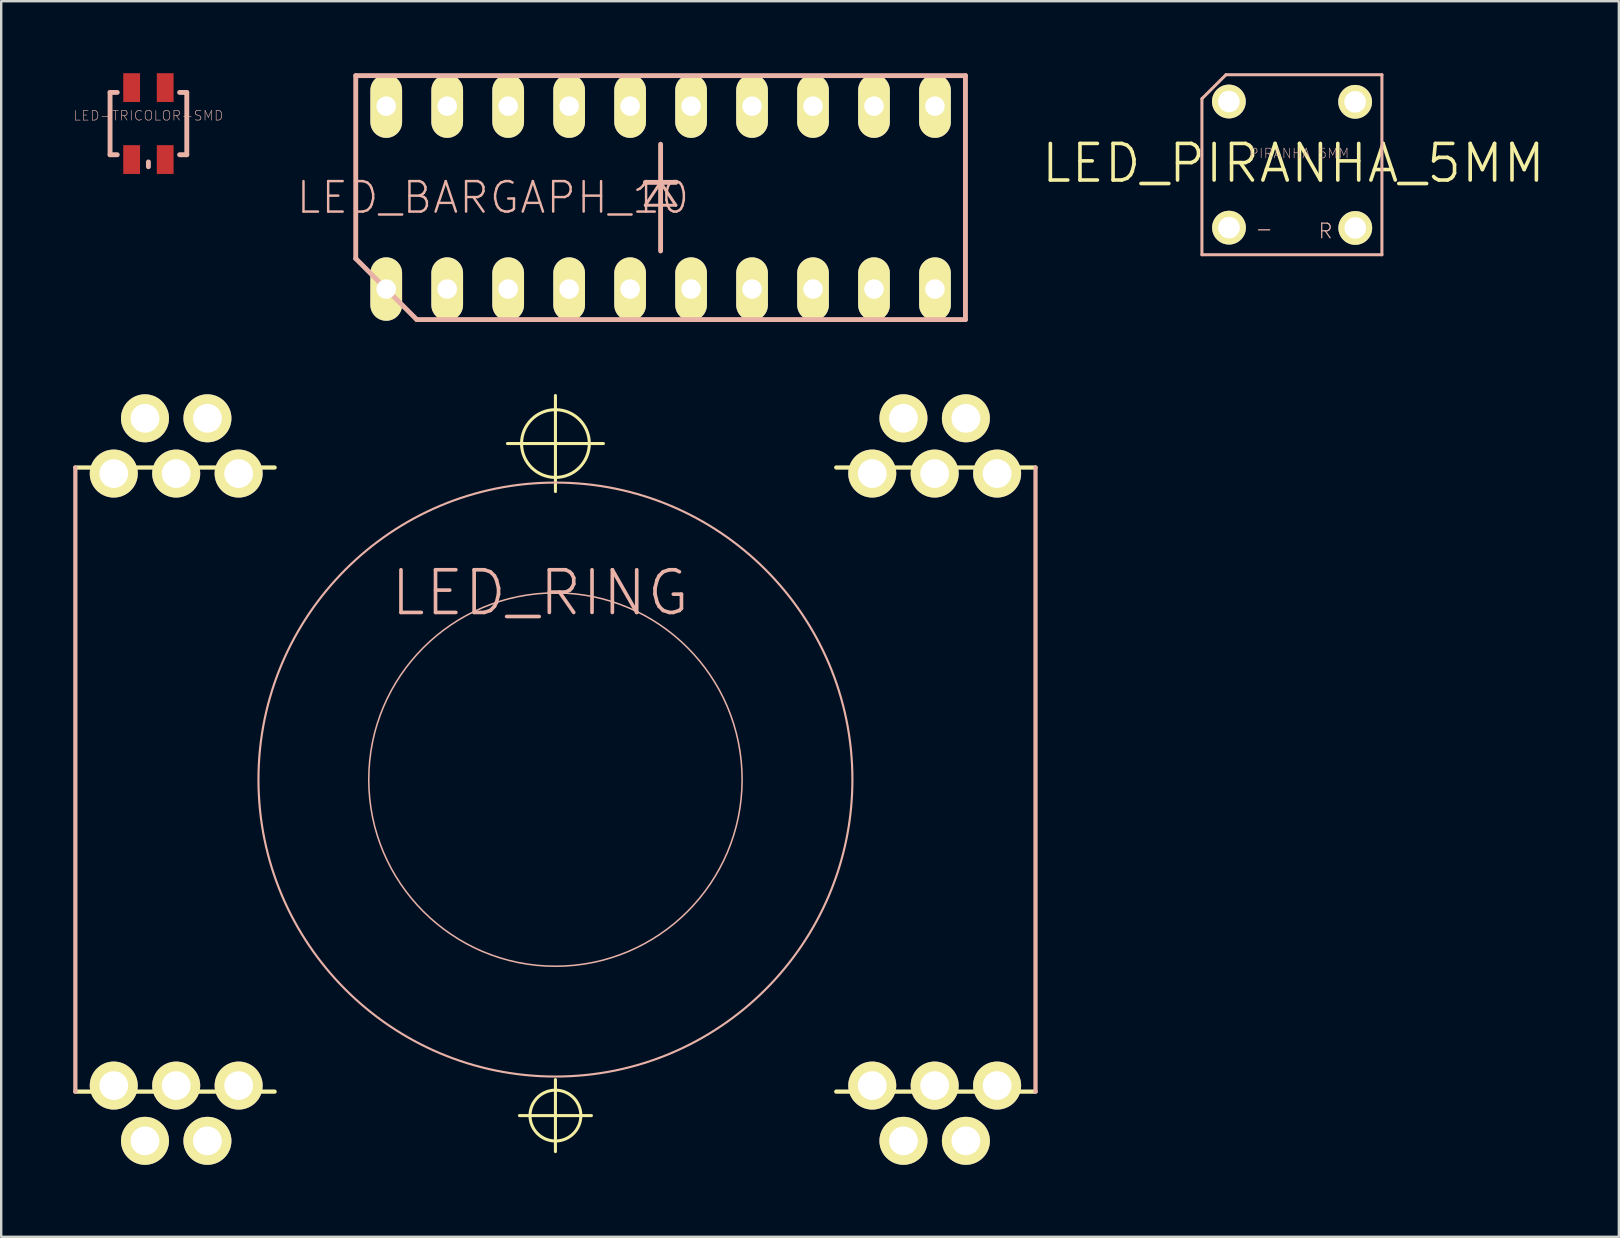
<source format=kicad_pcb>
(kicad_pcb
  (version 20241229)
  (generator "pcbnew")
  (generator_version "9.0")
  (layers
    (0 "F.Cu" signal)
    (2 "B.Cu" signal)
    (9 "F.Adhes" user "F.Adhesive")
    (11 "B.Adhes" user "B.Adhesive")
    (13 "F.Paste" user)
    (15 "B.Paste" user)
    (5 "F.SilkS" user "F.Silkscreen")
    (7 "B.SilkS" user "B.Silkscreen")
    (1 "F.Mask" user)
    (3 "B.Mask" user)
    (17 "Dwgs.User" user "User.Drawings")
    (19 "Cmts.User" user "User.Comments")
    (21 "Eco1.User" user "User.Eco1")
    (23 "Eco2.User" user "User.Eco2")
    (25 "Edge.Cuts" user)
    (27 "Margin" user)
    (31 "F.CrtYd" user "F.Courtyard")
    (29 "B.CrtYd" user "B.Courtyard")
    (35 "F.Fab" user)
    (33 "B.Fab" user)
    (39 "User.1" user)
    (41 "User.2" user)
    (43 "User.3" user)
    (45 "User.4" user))
  (footprint "LED-TRICOLOR-SMD"
    (layer "F.Cu")
    (at 3.133 2.098)
    (property "Reference" "LED-TRICOLOR-SMD" (at 0 -0.33 0) (layer "B.SilkS") (effects (font (size 0.406 0.406) (thickness 0.025))))
    (attr smd)
    (fp_line (start -1.598 -1.298) (end -1.598 1.298) (stroke (width 0.203) (type solid)) (layer "B.SilkS"))
    (fp_line (start -1.598 1.298) (end -1.298 1.298) (stroke (width 0.203) (type solid)) (layer "B.SilkS"))
    (fp_line (start -1.298 -1.298) (end -1.598 -1.298) (stroke (width 0.203) (type solid)) (layer "B.SilkS"))
    (fp_line (start 0 1.598) (end 0 1.798) (stroke (width 0.203) (type solid)) (layer "B.SilkS"))
    (fp_line (start 1.298 -1.298) (end 1.598 -1.298) (stroke (width 0.203) (type solid)) (layer "B.SilkS"))
    (fp_line (start 1.598 -1.298) (end 1.598 1.298) (stroke (width 0.203) (type solid)) (layer "B.SilkS"))
    (fp_line (start 1.598 1.298) (end 1.298 1.298) (stroke (width 0.203) (type solid)) (layer "B.SilkS"))
    (pad "A" smd rect (at 0.699 1.499) (size 0.699 1.199) (layers "F.Cu" "F.Mask" "F.Paste"))
    (pad "B" smd rect (at 0.699 -1.499) (size 0.699 1.199) (layers "F.Cu" "F.Mask" "F.Paste"))
    (pad "G" smd rect (at -0.699 -1.499) (size 0.699 1.199) (layers "F.Cu" "F.Mask" "F.Paste"))
    (pad "R" smd rect (at -0.699 1.499) (size 0.699 1.199) (layers "F.Cu" "F.Mask" "F.Paste")))
  (footprint "LED_BARGAPH_10"
    (layer "F.Cu")
    (at 24.47 5.182)
    (property "Reference" "LED_BARGAPH_10" (at -6.985 0 0) (layer "B.SilkS") (effects (font (size 1.27 1.27) (thickness 0.102))))
    (attr exclude_from_pos_files exclude_from_bom)
    (fp_line (start -12.7 2.54) (end -12.7 -5.08) (stroke (width 0.203) (type solid)) (layer "B.SilkS"))
    (fp_line (start -10.16 5.08) (end -12.7 2.54) (stroke (width 0.203) (type solid)) (layer "B.SilkS"))
    (fp_line (start -10.16 5.08) (end 12.7 5.08) (stroke (width 0.203) (type solid)) (layer "B.SilkS"))
    (fp_line (start -0.635 -0.635) (end 0.635 -0.635) (stroke (width 0.203) (type solid)) (layer "B.SilkS"))
    (fp_line (start -0.635 0.318) (end 0.635 0.318) (stroke (width 0.127) (type solid)) (layer "B.SilkS"))
    (fp_line (start 0 -0.635) (end -0.635 0.318) (stroke (width 0.127) (type solid)) (layer "B.SilkS"))
    (fp_line (start 0 2.223) (end 0 -2.223) (stroke (width 0.203) (type solid)) (layer "B.SilkS"))
    (fp_line (start 0.635 0.318) (end 0 -0.635) (stroke (width 0.127) (type solid)) (layer "B.SilkS"))
    (fp_line (start 12.7 -5.08) (end -12.7 -5.08) (stroke (width 0.203) (type solid)) (layer "B.SilkS"))
    (fp_line (start 12.7 -5.08) (end 12.7 5.08) (stroke (width 0.203) (type solid)) (layer "B.SilkS"))
    (pad "1" thru_hole oval (at -11.43 3.81 180) (size 1.321 2.642) (drill 0.813) (layers "*.Cu" "F.Mask" "F.SilkS" "F.Paste"))
    (pad "2" thru_hole oval (at -8.89 3.81 180) (size 1.321 2.642) (drill 0.813) (layers "*.Cu" "F.Mask" "F.SilkS" "F.Paste"))
    (pad "3" thru_hole oval (at -6.35 3.81 180) (size 1.321 2.642) (drill 0.813) (layers "*.Cu" "F.Mask" "F.SilkS" "F.Paste"))
    (pad "4" thru_hole oval (at -3.81 3.81 180) (size 1.321 2.642) (drill 0.813) (layers "*.Cu" "F.Mask" "F.SilkS" "F.Paste"))
    (pad "5" thru_hole oval (at -1.27 3.81 180) (size 1.321 2.642) (drill 0.813) (layers "*.Cu" "F.Mask" "F.SilkS" "F.Paste"))
    (pad "6" thru_hole oval (at 1.27 3.81 180) (size 1.321 2.642) (drill 0.813) (layers "*.Cu" "F.Mask" "F.SilkS" "F.Paste"))
    (pad "7" thru_hole oval (at 3.81 3.81 180) (size 1.321 2.642) (drill 0.813) (layers "*.Cu" "F.Mask" "F.SilkS" "F.Paste"))
    (pad "8" thru_hole oval (at 6.35 3.81 180) (size 1.321 2.642) (drill 0.813) (layers "*.Cu" "F.Mask" "F.SilkS" "F.Paste"))
    (pad "9" thru_hole oval (at 8.89 3.81 180) (size 1.321 2.642) (drill 0.813) (layers "*.Cu" "F.Mask" "F.SilkS" "F.Paste"))
    (pad "10" thru_hole oval (at 11.43 3.81 180) (size 1.321 2.642) (drill 0.813) (layers "*.Cu" "F.Mask" "F.SilkS" "F.Paste"))
    (pad "11" thru_hole oval (at 11.43 -3.81 180) (size 1.321 2.642) (drill 0.813) (layers "*.Cu" "F.Mask" "F.SilkS" "F.Paste"))
    (pad "12" thru_hole oval (at 8.89 -3.81 180) (size 1.321 2.642) (drill 0.813) (layers "*.Cu" "F.Mask" "F.SilkS" "F.Paste"))
    (pad "13" thru_hole oval (at 6.35 -3.81 180) (size 1.321 2.642) (drill 0.813) (layers "*.Cu" "F.Mask" "F.SilkS" "F.Paste"))
    (pad "14" thru_hole oval (at 3.81 -3.81 180) (size 1.321 2.642) (drill 0.813) (layers "*.Cu" "F.Mask" "F.SilkS" "F.Paste"))
    (pad "15" thru_hole oval (at 1.27 -3.81 180) (size 1.321 2.642) (drill 0.813) (layers "*.Cu" "F.Mask" "F.SilkS" "F.Paste"))
    (pad "16" thru_hole oval (at -1.27 -3.81 180) (size 1.321 2.642) (drill 0.813) (layers "*.Cu" "F.Mask" "F.SilkS" "F.Paste"))
    (pad "17" thru_hole oval (at -3.81 -3.81 180) (size 1.321 2.642) (drill 0.813) (layers "*.Cu" "F.Mask" "F.SilkS" "F.Paste"))
    (pad "18" thru_hole oval (at -6.35 -3.81 180) (size 1.321 2.642) (drill 0.813) (layers "*.Cu" "F.Mask" "F.SilkS" "F.Paste"))
    (pad "19" thru_hole oval (at -8.89 -3.81 180) (size 1.321 2.642) (drill 0.813) (layers "*.Cu" "F.Mask" "F.SilkS" "F.Paste"))
    (pad "20" thru_hole oval (at -11.43 -3.81 180) (size 1.321 2.642) (drill 0.813) (layers "*.Cu" "F.Mask" "F.SilkS" "F.Paste")))
  (footprint "LED_RING"
    (layer "F.Cu")
    (at 20.089 29.426)
    (property "Reference" "LED_RING" (at -0.635 -7.777 0) (layer "B.SilkS") (effects (font (size 1.778 1.778) (thickness 0.152))))
    (attr exclude_from_pos_files exclude_from_bom)
    (fp_line (start -20 -13) (end -11.699 -13) (stroke (width 0.178) (type solid)) (layer "F.SilkS"))
    (fp_line (start -20 13) (end -11.699 13) (stroke (width 0.178) (type solid)) (layer "F.SilkS"))
    (fp_line (start -1.999 -13.998) (end 1.999 -13.998) (stroke (width 0.127) (type solid)) (layer "F.SilkS"))
    (fp_line (start -1.499 13.998) (end 1.499 13.998) (stroke (width 0.127) (type solid)) (layer "F.SilkS"))
    (fp_line (start 0 -11.999) (end 0 -15.999) (stroke (width 0.127) (type solid)) (layer "F.SilkS"))
    (fp_line (start 0 15.499) (end 0 12.499) (stroke (width 0.127) (type solid)) (layer "F.SilkS"))
    (fp_line (start 20 -13) (end 11.699 -13) (stroke (width 0.178) (type solid)) (layer "F.SilkS"))
    (fp_line (start 20 13) (end 11.699 13) (stroke (width 0.178) (type solid)) (layer "F.SilkS"))
    (fp_circle (center 0 -13.998) (end -0.998 -14.996) (stroke (width 0.127) (type solid)) (fill no) (layer "F.SilkS"))
    (fp_circle (center 0 13.998) (end -0.749 14.747) (stroke (width 0.127) (type solid)) (fill no) (layer "F.SilkS"))
    (fp_line (start -20 13) (end -20 -13) (stroke (width 0.178) (type solid)) (layer "B.SilkS"))
    (fp_line (start 20 13) (end 20 -13) (stroke (width 0.178) (type solid)) (layer "B.SilkS"))
    (fp_circle (center 0 0) (end -8.748 8.748) (stroke (width 0.089) (type solid)) (fill no) (layer "B.SilkS"))
    (fp_circle (center 0 0) (end -5.499 5.499) (stroke (width 0.064) (type solid)) (fill no) (layer "B.SilkS"))
    (pad "1" thru_hole circle (at 13.198 -12.748) (size 1.999 1.999) (drill 1.199) (layers "*.Cu" "F.Mask" "F.SilkS" "F.Paste"))
    (pad "2" thru_hole circle (at 14.498 -15.05) (size 1.999 1.999) (drill 1.199) (layers "*.Cu" "F.Mask" "F.SilkS" "F.Paste"))
    (pad "3" thru_hole circle (at 15.799 -12.748) (size 1.999 1.999) (drill 1.199) (layers "*.Cu" "F.Mask" "F.SilkS" "F.Paste"))
    (pad "4" thru_hole circle (at 17.099 -15.05) (size 1.999 1.999) (drill 1.199) (layers "*.Cu" "F.Mask" "F.SilkS" "F.Paste"))
    (pad "5" thru_hole circle (at 17.099 15.05) (size 1.999 1.999) (drill 1.199) (layers "*.Cu" "F.Mask" "F.SilkS" "F.Paste"))
    (pad "6" thru_hole circle (at 15.799 12.748) (size 1.999 1.999) (drill 1.199) (layers "*.Cu" "F.Mask" "F.SilkS" "F.Paste"))
    (pad "7" thru_hole circle (at 14.498 15.05) (size 1.999 1.999) (drill 1.199) (layers "*.Cu" "F.Mask" "F.SilkS" "F.Paste"))
    (pad "8" thru_hole circle (at 13.198 12.748) (size 1.999 1.999) (drill 1.199) (layers "*.Cu" "F.Mask" "F.SilkS" "F.Paste"))
    (pad "9" thru_hole circle (at -13.198 12.748) (size 1.999 1.999) (drill 1.199) (layers "*.Cu" "F.Mask" "F.SilkS" "F.Paste"))
    (pad "10" thru_hole circle (at -14.498 15.05) (size 1.999 1.999) (drill 1.199) (layers "*.Cu" "F.Mask" "F.SilkS" "F.Paste"))
    (pad "11" thru_hole circle (at -15.799 12.748) (size 1.999 1.999) (drill 1.199) (layers "*.Cu" "F.Mask" "F.SilkS" "F.Paste"))
    (pad "12" thru_hole circle (at -17.099 15.05) (size 1.999 1.999) (drill 1.199) (layers "*.Cu" "F.Mask" "F.SilkS" "F.Paste"))
    (pad "13" thru_hole circle (at -17.099 -15.05) (size 1.999 1.999) (drill 1.199) (layers "*.Cu" "F.Mask" "F.SilkS" "F.Paste"))
    (pad "14" thru_hole circle (at -15.799 -12.748) (size 1.999 1.999) (drill 1.199) (layers "*.Cu" "F.Mask" "F.SilkS" "F.Paste"))
    (pad "15" thru_hole circle (at -14.498 -15.05) (size 1.999 1.999) (drill 1.199) (layers "*.Cu" "F.Mask" "F.SilkS" "F.Paste"))
    (pad "16" thru_hole circle (at -13.198 -12.748) (size 1.999 1.999) (drill 1.199) (layers "*.Cu" "F.Mask" "F.SilkS" "F.Paste"))
    (pad "COM0" thru_hole circle (at 18.4 -12.748) (size 1.999 1.999) (drill 1.199) (layers "*.Cu" "F.Mask" "F.SilkS" "F.Paste"))
    (pad "COM1" thru_hole circle (at 18.4 12.748) (size 1.999 1.999) (drill 1.199) (layers "*.Cu" "F.Mask" "F.SilkS" "F.Paste"))
    (pad "COM2" thru_hole circle (at -18.4 12.748) (size 1.999 1.999) (drill 1.199) (layers "*.Cu" "F.Mask" "F.SilkS" "F.Paste"))
    (pad "COM3" thru_hole circle (at -18.4 -12.748) (size 1.999 1.999) (drill 1.199) (layers "*.Cu" "F.Mask" "F.SilkS" "F.Paste")))
  (footprint "LED_PIRANHA_5MM"
    (layer "F.Cu")
    (at 50.831 3.752)
    (property "Reference" "LED_PIRANHA_5MM" (at 0 0 0) (layer "F.SilkS") (effects (font (size 1.524 1.524) (thickness 0.15))))
    (attr exclude_from_pos_files exclude_from_bom)
    (fp_line (start -3.81 -2.69) (end -3.81 3.81) (stroke (width 0.127) (type solid)) (layer "B.SilkS"))
    (fp_line (start -3.81 3.81) (end 3.688 3.81) (stroke (width 0.127) (type solid)) (layer "B.SilkS"))
    (fp_line (start -2.809 -3.688) (end -3.81 -2.69) (stroke (width 0.127) (type solid)) (layer "B.SilkS"))
    (fp_line (start 3.688 -3.688) (end -2.809 -3.688) (stroke (width 0.127) (type solid)) (layer "B.SilkS"))
    (fp_line (start 3.688 3.81) (end 3.688 -3.688) (stroke (width 0.127) (type solid)) (layer "B.SilkS"))
    (fp_text user "R" (at 1.341 2.824 0) (layer "B.SilkS") (effects (font (size 0.61 0.61) (thickness 0.051))))
    (fp_text user "PIRANHA 5MM" (at 0.244 -0.411 0) (layer "B.SilkS") (effects (font (size 0.406 0.406) (thickness 0.025))))
    (fp_text user "-" (at -1.219 2.725 0) (layer "B.SilkS") (effects (font (size 0.61 0.61) (thickness 0.051))))
    (pad "-" thru_hole circle (at -2.682 2.682) (size 1.407 1.407) (drill 0.899) (layers "*.Cu" "F.Mask" "F.SilkS" "F.Paste"))
    (pad "B" thru_hole circle (at -2.687 -2.573) (size 1.407 1.407) (drill 0.899) (layers "*.Cu" "F.Mask" "F.SilkS" "F.Paste"))
    (pad "G" thru_hole circle (at 2.573 -2.56) (size 1.407 1.407) (drill 0.899) (layers "*.Cu" "F.Mask" "F.SilkS" "F.Paste"))
    (pad "R" thru_hole circle (at 2.578 2.695) (size 1.407 1.407) (drill 0.899) (layers "*.Cu" "F.Mask" "F.SilkS" "F.Paste")))
  (gr_rect
    (start -3 -3)
    (end 64.39 48.475)
    (stroke (width 0.1) (type default))
    (fill no)
    (layer "Edge.Cuts")))
</source>
